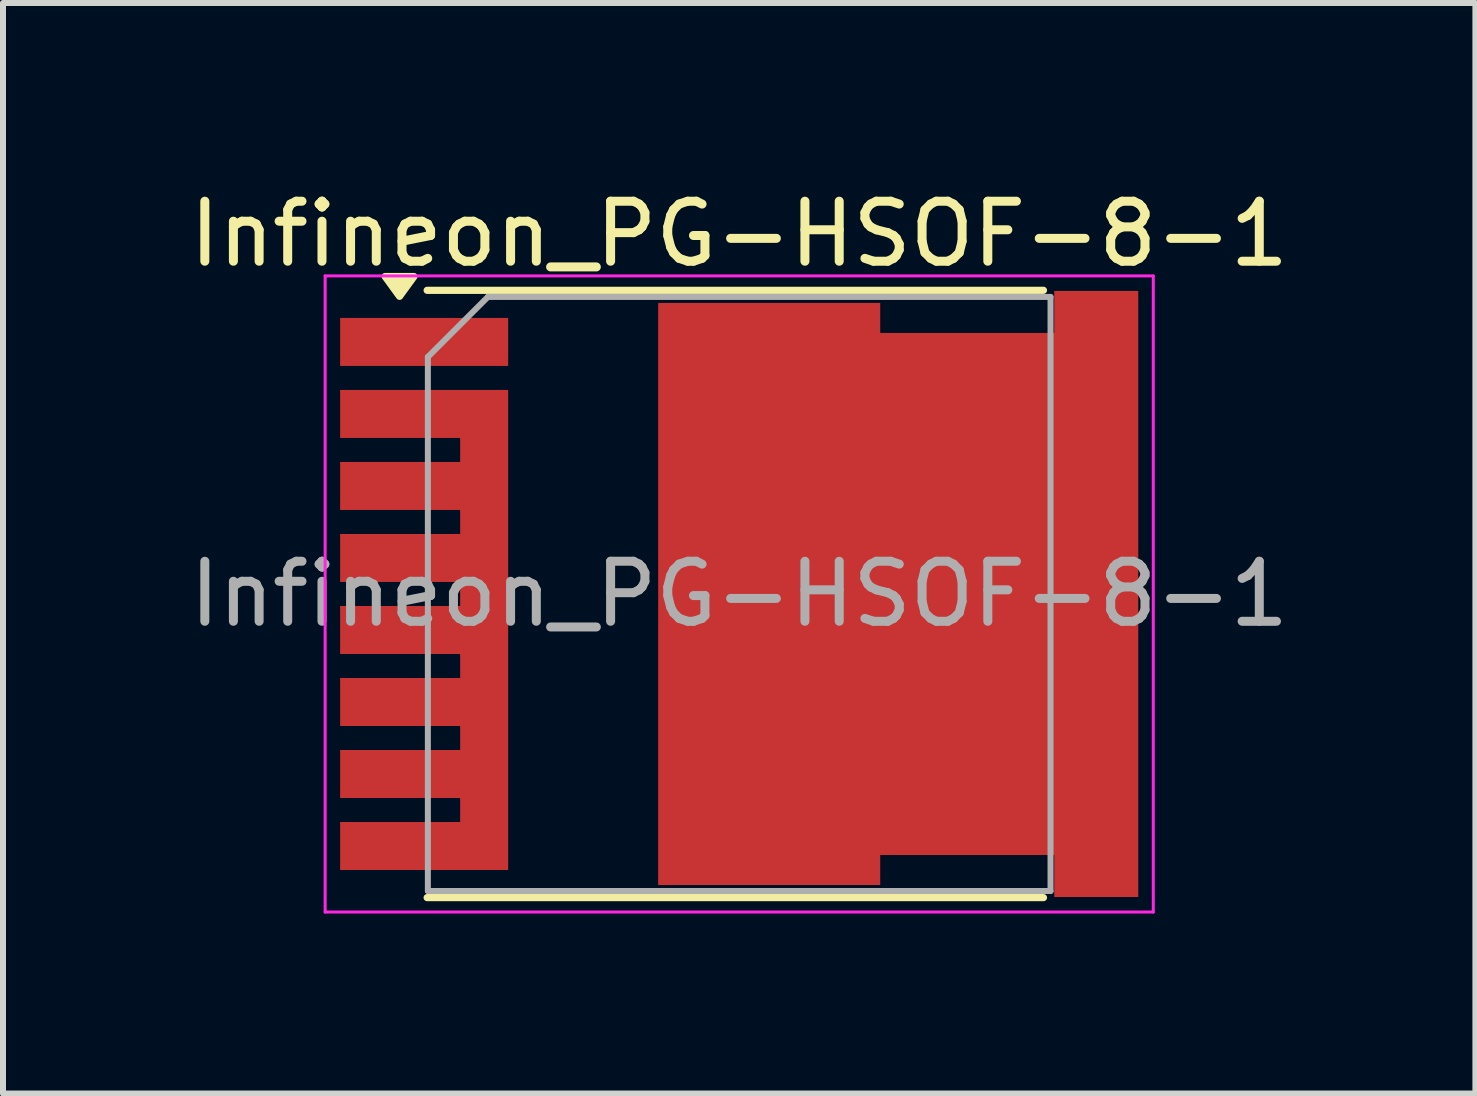
<source format=kicad_pcb>
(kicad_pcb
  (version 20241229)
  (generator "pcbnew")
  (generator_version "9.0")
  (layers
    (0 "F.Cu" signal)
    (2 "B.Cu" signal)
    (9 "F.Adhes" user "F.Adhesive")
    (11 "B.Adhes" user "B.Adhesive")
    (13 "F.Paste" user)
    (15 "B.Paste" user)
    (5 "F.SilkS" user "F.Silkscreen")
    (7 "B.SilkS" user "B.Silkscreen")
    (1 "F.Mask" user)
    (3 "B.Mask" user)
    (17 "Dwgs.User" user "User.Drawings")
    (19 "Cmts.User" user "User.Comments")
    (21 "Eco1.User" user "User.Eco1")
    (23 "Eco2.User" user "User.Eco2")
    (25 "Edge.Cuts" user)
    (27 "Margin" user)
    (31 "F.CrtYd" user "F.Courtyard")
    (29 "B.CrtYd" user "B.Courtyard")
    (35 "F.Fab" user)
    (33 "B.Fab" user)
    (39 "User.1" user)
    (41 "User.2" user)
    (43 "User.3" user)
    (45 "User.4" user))
  (footprint "Infineon_PG-HSOF-8-1"
    (layer "F.Cu")
    (at 9.268 6.848)
    (property "Reference" "Infineon_PG-HSOF-8-1" (at 0 -6 0) (layer "F.SilkS") (effects (font (size 1 1) (thickness 0.15))))
    (attr smd)
    (fp_line (start -5.2 -5.06) (end 5.07 -5.06) (stroke (width 0.12) (type solid)) (layer "F.SilkS"))
    (fp_line (start -5.2 5.06) (end 5.07 5.06) (stroke (width 0.12) (type solid)) (layer "F.SilkS"))
    (fp_poly (pts (xy -5.66 -4.96) (xy -5.42 -5.29) (xy -5.9 -5.29) (xy -5.66 -4.96)) (stroke (width 0.12) (type solid)) (fill yes) (layer "F.SilkS"))
    (fp_line (start -6.9 5.3) (end -6.9 -5.3) (stroke (width 0.05) (type solid)) (layer "F.CrtYd"))
    (fp_line (start -6.9 5.3) (end 6.9 5.3) (stroke (width 0.05) (type solid)) (layer "F.CrtYd"))
    (fp_line (start 6.9 -5.3) (end -6.9 -5.3) (stroke (width 0.05) (type solid)) (layer "F.CrtYd"))
    (fp_line (start 6.9 -5.3) (end 6.9 5.3) (stroke (width 0.05) (type solid)) (layer "F.CrtYd"))
    (fp_line (start -5.188 4.95) (end -5.188 -3.95) (stroke (width 0.1) (type solid)) (layer "F.Fab"))
    (fp_line (start -4.188 -4.95) (end -5.188 -3.95) (stroke (width 0.1) (type solid)) (layer "F.Fab"))
    (fp_line (start -4.188 -4.95) (end 5.188 -4.95) (stroke (width 0.1) (type solid)) (layer "F.Fab"))
    (fp_line (start 5.188 -4.95) (end 5.188 4.95) (stroke (width 0.1) (type solid)) (layer "F.Fab"))
    (fp_line (start 5.188 4.95) (end -5.188 4.95) (stroke (width 0.1) (type solid)) (layer "F.Fab"))
    (fp_text user "${REFERENCE}" (at 0 0 0) (layer "F.Fab") (effects (font (size 1 1) (thickness 0.15))))
    (pad "" smd rect (at -5.25 -4.2) (size 2.6 0.7) (layers "F.Paste"))
    (pad "" smd rect (at -5.25 -3) (size 2.6 0.7) (layers "F.Paste"))
    (pad "" smd rect (at -5.25 -1.8) (size 2.6 0.7) (layers "F.Paste"))
    (pad "" smd rect (at -5.25 -0.6) (size 2.6 0.7) (layers "F.Paste"))
    (pad "" smd rect (at -5.25 0.6) (size 2.6 0.7) (layers "F.Paste"))
    (pad "" smd rect (at -5.25 1.8) (size 2.6 0.7) (layers "F.Paste"))
    (pad "" smd rect (at -5.25 3) (size 2.6 0.7) (layers "F.Paste"))
    (pad "" smd rect (at -5.25 4.2) (size 2.6 0.7) (layers "F.Paste"))
    (pad "" smd circle (at -0.07 -4.2) (size 1 1) (layers "F.Paste"))
    (pad "" smd circle (at -0.07 -3) (size 1 1) (layers "F.Paste"))
    (pad "" smd circle (at -0.07 -1.8) (size 1 1) (layers "F.Paste"))
    (pad "" smd circle (at -0.07 -0.6) (size 1 1) (layers "F.Paste"))
    (pad "" smd circle (at -0.07 0.6) (size 1 1) (layers "F.Paste"))
    (pad "" smd circle (at -0.07 1.8) (size 1 1) (layers "F.Paste"))
    (pad "" smd circle (at -0.07 3) (size 1 1) (layers "F.Paste"))
    (pad "" smd circle (at -0.07 4.2) (size 1 1) (layers "F.Paste"))
    (pad "" smd circle (at 1.13 -4.2) (size 1 1) (layers "F.Paste"))
    (pad "" smd circle (at 1.13 -3) (size 1 1) (layers "F.Paste"))
    (pad "" smd circle (at 1.13 -1.8) (size 1 1) (layers "F.Paste"))
    (pad "" smd circle (at 1.13 -0.6) (size 1 1) (layers "F.Paste"))
    (pad "" smd circle (at 1.13 0.6) (size 1 1) (layers "F.Paste"))
    (pad "" smd circle (at 1.13 1.8) (size 1 1) (layers "F.Paste"))
    (pad "" smd circle (at 1.13 3) (size 1 1) (layers "F.Paste"))
    (pad "" smd circle (at 1.13 4.2) (size 1 1) (layers "F.Paste"))
    (pad "" smd circle (at 2.33 -3) (size 1 1) (layers "F.Paste"))
    (pad "" smd circle (at 2.33 -1.8) (size 1 1) (layers "F.Paste"))
    (pad "" smd circle (at 2.33 -0.6) (size 1 1) (layers "F.Paste"))
    (pad "" smd circle (at 2.33 0.6) (size 1 1) (layers "F.Paste"))
    (pad "" smd circle (at 2.33 1.8) (size 1 1) (layers "F.Paste"))
    (pad "" smd circle (at 2.33 3) (size 1 1) (layers "F.Paste"))
    (pad "" smd circle (at 3.53 -3) (size 1 1) (layers "F.Paste"))
    (pad "" smd circle (at 3.53 -1.8) (size 1 1) (layers "F.Paste"))
    (pad "" smd circle (at 3.53 -0.6) (size 1 1) (layers "F.Paste"))
    (pad "" smd circle (at 3.53 0.6) (size 1 1) (layers "F.Paste"))
    (pad "" smd circle (at 3.53 1.8) (size 1 1) (layers "F.Paste"))
    (pad "" smd circle (at 3.53 3) (size 1 1) (layers "F.Paste"))
    (pad "" smd circle (at 4.73 -3) (size 1 1) (layers "F.Paste"))
    (pad "" smd circle (at 4.73 -1.8) (size 1 1) (layers "F.Paste"))
    (pad "" smd circle (at 4.73 -0.6) (size 1 1) (layers "F.Paste"))
    (pad "" smd circle (at 4.73 0.6) (size 1 1) (layers "F.Paste"))
    (pad "" smd circle (at 4.73 1.8) (size 1 1) (layers "F.Paste"))
    (pad "" smd circle (at 4.73 3) (size 1 1) (layers "F.Paste"))
    (pad "" smd circle (at 5.93 -4.2) (size 1 1) (layers "F.Paste"))
    (pad "" smd circle (at 5.93 -3) (size 1 1) (layers "F.Paste"))
    (pad "" smd circle (at 5.93 -1.8) (size 1 1) (layers "F.Paste"))
    (pad "" smd circle (at 5.93 -0.6) (size 1 1) (layers "F.Paste"))
    (pad "" smd circle (at 5.93 0.6) (size 1 1) (layers "F.Paste"))
    (pad "" smd circle (at 5.93 1.8) (size 1 1) (layers "F.Paste"))
    (pad "" smd circle (at 5.93 3) (size 1 1) (layers "F.Paste"))
    (pad "" smd circle (at 5.93 4.2) (size 1 1) (layers "F.Paste"))
    (pad "1" smd rect (at -5.25 -4.2) (size 2.8 0.8) (layers "F.Cu" "F.Mask"))
    (pad "2" smd custom (at -4.25 0.6) (size 0.8 8) (layers "F.Cu" "F.Mask") (options (anchor rect)) (primitives (gr_poly (pts (xy -0.4 -3.2) (xy -2.4 -3.2) (xy -2.4 -4) (xy -0.4 -4)) (width 0) (fill yes)) (gr_poly (pts (xy -0.4 -2) (xy -2.4 -2) (xy -2.4 -2.8) (xy -0.4 -2.8)) (width 0) (fill yes)) (gr_poly (pts (xy -0.4 -0.8) (xy -2.4 -0.8) (xy -2.4 -1.6) (xy -0.4 -1.6)) (width 0) (fill yes)) (gr_poly (pts (xy -0.4 0.4) (xy -2.4 0.4) (xy -2.4 -0.4) (xy -0.4 -0.4)) (width 0) (fill yes)) (gr_poly (pts (xy -0.4 1.6) (xy -2.4 1.6) (xy -2.4 0.8) (xy -0.4 0.8)) (width 0) (fill yes)) (gr_poly (pts (xy -0.4 2.8) (xy -2.4 2.8) (xy -2.4 2) (xy -0.4 2)) (width 0) (fill yes)) (gr_poly (pts (xy -0.4 4) (xy -2.4 4) (xy -2.4 3.2) (xy -0.4 3.2)) (width 0) (fill yes))))
    (pad "3" smd custom (at 3.8 0) (size 2.9 8.7) (layers "F.Cu" "F.Mask") (options (anchor rect)) (primitives (gr_poly (pts (xy 2.85 5.05) (xy 1.45 5.05) (xy 1.45 -5.05) (xy 2.85 -5.05)) (width 0) (fill yes)) (gr_poly (pts (xy -1.45 4.85) (xy -5.15 4.85) (xy -5.15 -4.85) (xy -1.45 -4.85)) (width 0) (fill yes)))))
  (gr_rect
    (start -3 -3)
    (end 21.536 15.173)
    (stroke (width 0.1) (type default))
    (fill no)
    (layer "Edge.Cuts")))
</source>
